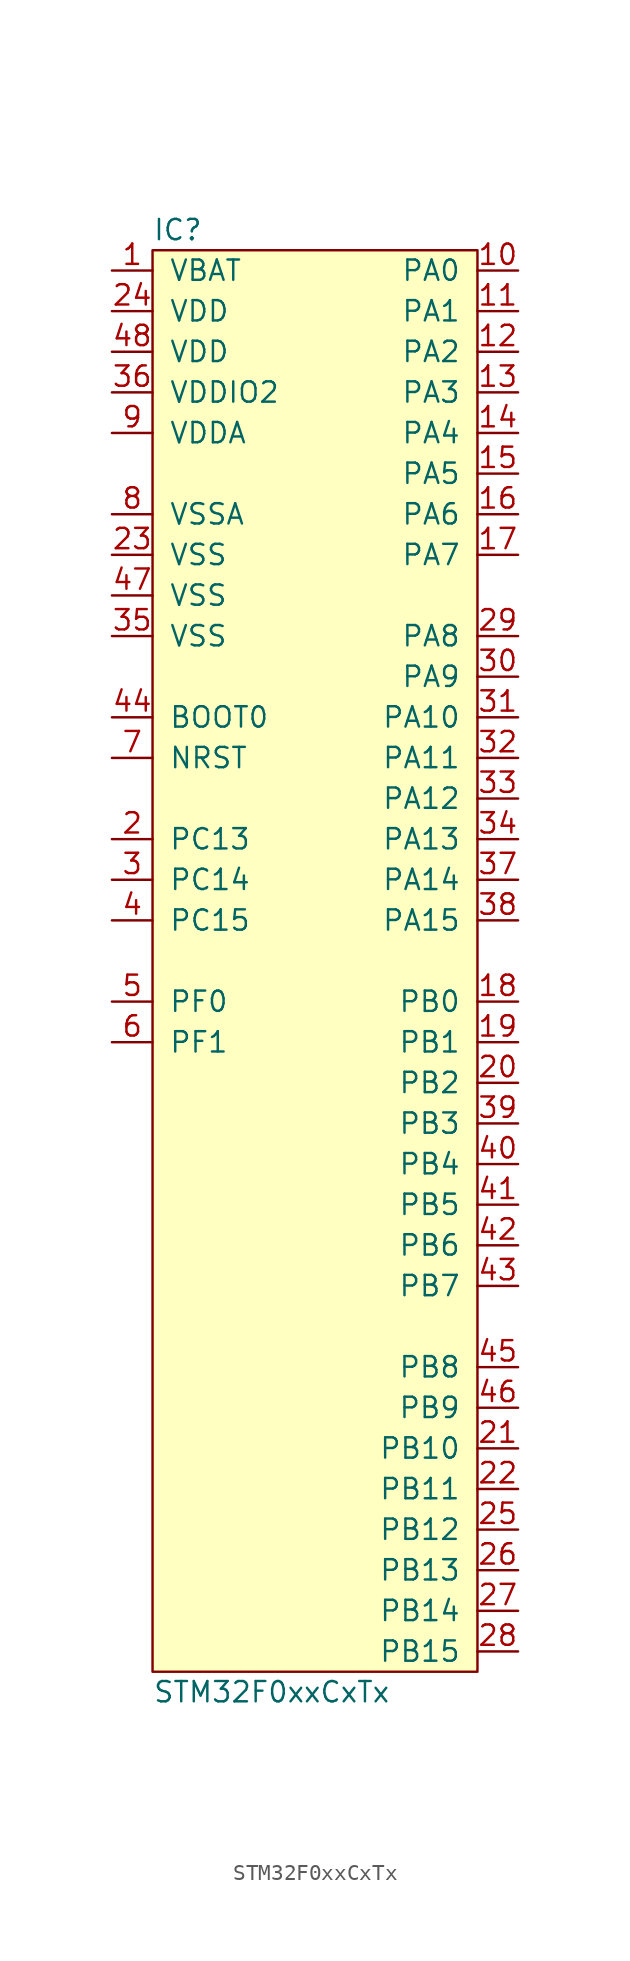
<source format=kicad_sym>
(kicad_symbol_lib
  (version 20211014)
  (generator agg_kicad.build_lib_ic)
  (symbol "STM32F0xxCxTx"
    (pin_names
      (offset 1.016))
    (property Reference IC
      (at -10.16 45.72 0)
      (effects (font (size 1.27 1.27)) (justify left)))
    (property Value "STM32F0xxCxTx"
      (at -10.16 -45.72 0)
      (effects (font (size 1.27 1.27)) (justify left)))
    (symbol "STM32F0xxCxTx_0_0"
      (rectangle (start -10.16 44.45) (end 10.16 -44.45) (stroke (width 0) (type default) (color 0 0 0 0)) (fill (type background)))
      (pin power_in line (at -12.7 43.18 0) (length 2.54) (name VBAT (effects (font (size 1.27 1.27)))) (number "1" (effects (font (size 1.27 1.27)))))
      (pin power_in line (at -12.7 40.64 0) (length 2.54) (name VDD (effects (font (size 1.27 1.27)))) (number "24" (effects (font (size 1.27 1.27)))))
      (pin power_in line (at -12.7 38.1 0) (length 2.54) (name VDD (effects (font (size 1.27 1.27)))) (number "48" (effects (font (size 1.27 1.27)))))
      (pin power_in line (at -12.7 35.56 0) (length 2.54) (name "VDDIO2" (effects (font (size 1.27 1.27)))) (number "36" (effects (font (size 1.27 1.27)))))
      (pin power_in line (at -12.7 33.02 0) (length 2.54) (name VDDA (effects (font (size 1.27 1.27)))) (number "9" (effects (font (size 1.27 1.27)))))
      (pin power_in line (at -12.7 27.94 0) (length 2.54) (name VSSA (effects (font (size 1.27 1.27)))) (number "8" (effects (font (size 1.27 1.27)))))
      (pin power_in line (at -12.7 25.4 0) (length 2.54) (name VSS (effects (font (size 1.27 1.27)))) (number "23" (effects (font (size 1.27 1.27)))))
      (pin power_in line (at -12.7 22.86 0) (length 2.54) (name VSS (effects (font (size 1.27 1.27)))) (number "47" (effects (font (size 1.27 1.27)))))
      (pin power_in line (at -12.7 20.32 0) (length 2.54) (name VSS (effects (font (size 1.27 1.27)))) (number "35" (effects (font (size 1.27 1.27)))))
      (pin input line (at -12.7 15.24 0) (length 2.54) (name "BOOT0" (effects (font (size 1.27 1.27)))) (number "44" (effects (font (size 1.27 1.27)))))
      (pin input line (at -12.7 12.7 0) (length 2.54) (name NRST (effects (font (size 1.27 1.27)))) (number "7" (effects (font (size 1.27 1.27)))))
      (pin bidirectional line (at -12.7 7.62 0) (length 2.54) (name "PC13" (effects (font (size 1.27 1.27)))) (number "2" (effects (font (size 1.27 1.27)))))
      (pin bidirectional line (at -12.7 5.08 0) (length 2.54) (name "PC14" (effects (font (size 1.27 1.27)))) (number "3" (effects (font (size 1.27 1.27)))))
      (pin bidirectional line (at -12.7 2.54 0) (length 2.54) (name "PC15" (effects (font (size 1.27 1.27)))) (number "4" (effects (font (size 1.27 1.27)))))
      (pin bidirectional line (at -12.7 -2.54 0) (length 2.54) (name "PF0" (effects (font (size 1.27 1.27)))) (number "5" (effects (font (size 1.27 1.27)))))
      (pin bidirectional line (at -12.7 -5.08 0) (length 2.54) (name "PF1" (effects (font (size 1.27 1.27)))) (number "6" (effects (font (size 1.27 1.27)))))
      (pin bidirectional line (at 12.7 43.18 180) (length 2.54) (name "PA0" (effects (font (size 1.27 1.27)))) (number "10" (effects (font (size 1.27 1.27)))))
      (pin bidirectional line (at 12.7 40.64 180) (length 2.54) (name "PA1" (effects (font (size 1.27 1.27)))) (number "11" (effects (font (size 1.27 1.27)))))
      (pin bidirectional line (at 12.7 38.1 180) (length 2.54) (name "PA2" (effects (font (size 1.27 1.27)))) (number "12" (effects (font (size 1.27 1.27)))))
      (pin bidirectional line (at 12.7 35.56 180) (length 2.54) (name "PA3" (effects (font (size 1.27 1.27)))) (number "13" (effects (font (size 1.27 1.27)))))
      (pin bidirectional line (at 12.7 33.02 180) (length 2.54) (name "PA4" (effects (font (size 1.27 1.27)))) (number "14" (effects (font (size 1.27 1.27)))))
      (pin bidirectional line (at 12.7 30.48 180) (length 2.54) (name "PA5" (effects (font (size 1.27 1.27)))) (number "15" (effects (font (size 1.27 1.27)))))
      (pin bidirectional line (at 12.7 27.94 180) (length 2.54) (name "PA6" (effects (font (size 1.27 1.27)))) (number "16" (effects (font (size 1.27 1.27)))))
      (pin bidirectional line (at 12.7 25.4 180) (length 2.54) (name "PA7" (effects (font (size 1.27 1.27)))) (number "17" (effects (font (size 1.27 1.27)))))
      (pin bidirectional line (at 12.7 20.32 180) (length 2.54) (name "PA8" (effects (font (size 1.27 1.27)))) (number "29" (effects (font (size 1.27 1.27)))))
      (pin bidirectional line (at 12.7 17.78 180) (length 2.54) (name "PA9" (effects (font (size 1.27 1.27)))) (number "30" (effects (font (size 1.27 1.27)))))
      (pin bidirectional line (at 12.7 15.24 180) (length 2.54) (name "PA10" (effects (font (size 1.27 1.27)))) (number "31" (effects (font (size 1.27 1.27)))))
      (pin bidirectional line (at 12.7 12.7 180) (length 2.54) (name "PA11" (effects (font (size 1.27 1.27)))) (number "32" (effects (font (size 1.27 1.27)))))
      (pin bidirectional line (at 12.7 10.16 180) (length 2.54) (name "PA12" (effects (font (size 1.27 1.27)))) (number "33" (effects (font (size 1.27 1.27)))))
      (pin bidirectional line (at 12.7 7.62 180) (length 2.54) (name "PA13" (effects (font (size 1.27 1.27)))) (number "34" (effects (font (size 1.27 1.27)))))
      (pin bidirectional line (at 12.7 5.08 180) (length 2.54) (name "PA14" (effects (font (size 1.27 1.27)))) (number "37" (effects (font (size 1.27 1.27)))))
      (pin bidirectional line (at 12.7 2.54 180) (length 2.54) (name "PA15" (effects (font (size 1.27 1.27)))) (number "38" (effects (font (size 1.27 1.27)))))
      (pin bidirectional line (at 12.7 -2.54 180) (length 2.54) (name "PB0" (effects (font (size 1.27 1.27)))) (number "18" (effects (font (size 1.27 1.27)))))
      (pin bidirectional line (at 12.7 -5.08 180) (length 2.54) (name "PB1" (effects (font (size 1.27 1.27)))) (number "19" (effects (font (size 1.27 1.27)))))
      (pin bidirectional line (at 12.7 -7.62 180) (length 2.54) (name "PB2" (effects (font (size 1.27 1.27)))) (number "20" (effects (font (size 1.27 1.27)))))
      (pin bidirectional line (at 12.7 -10.16 180) (length 2.54) (name "PB3" (effects (font (size 1.27 1.27)))) (number "39" (effects (font (size 1.27 1.27)))))
      (pin bidirectional line (at 12.7 -12.7 180) (length 2.54) (name "PB4" (effects (font (size 1.27 1.27)))) (number "40" (effects (font (size 1.27 1.27)))))
      (pin bidirectional line (at 12.7 -15.24 180) (length 2.54) (name "PB5" (effects (font (size 1.27 1.27)))) (number "41" (effects (font (size 1.27 1.27)))))
      (pin bidirectional line (at 12.7 -17.78 180) (length 2.54) (name "PB6" (effects (font (size 1.27 1.27)))) (number "42" (effects (font (size 1.27 1.27)))))
      (pin bidirectional line (at 12.7 -20.32 180) (length 2.54) (name "PB7" (effects (font (size 1.27 1.27)))) (number "43" (effects (font (size 1.27 1.27)))))
      (pin bidirectional line (at 12.7 -25.4 180) (length 2.54) (name "PB8" (effects (font (size 1.27 1.27)))) (number "45" (effects (font (size 1.27 1.27)))))
      (pin bidirectional line (at 12.7 -27.94 180) (length 2.54) (name "PB9" (effects (font (size 1.27 1.27)))) (number "46" (effects (font (size 1.27 1.27)))))
      (pin bidirectional line (at 12.7 -30.48 180) (length 2.54) (name "PB10" (effects (font (size 1.27 1.27)))) (number "21" (effects (font (size 1.27 1.27)))))
      (pin bidirectional line (at 12.7 -33.02 180) (length 2.54) (name "PB11" (effects (font (size 1.27 1.27)))) (number "22" (effects (font (size 1.27 1.27)))))
      (pin bidirectional line (at 12.7 -35.56 180) (length 2.54) (name "PB12" (effects (font (size 1.27 1.27)))) (number "25" (effects (font (size 1.27 1.27)))))
      (pin bidirectional line (at 12.7 -38.1 180) (length 2.54) (name "PB13" (effects (font (size 1.27 1.27)))) (number "26" (effects (font (size 1.27 1.27)))))
      (pin bidirectional line (at 12.7 -40.64 180) (length 2.54) (name "PB14" (effects (font (size 1.27 1.27)))) (number "27" (effects (font (size 1.27 1.27)))))
      (pin bidirectional line (at 12.7 -43.18 180) (length 2.54) (name "PB15" (effects (font (size 1.27 1.27)))) (number "28" (effects (font (size 1.27 1.27))))))))
</source>
